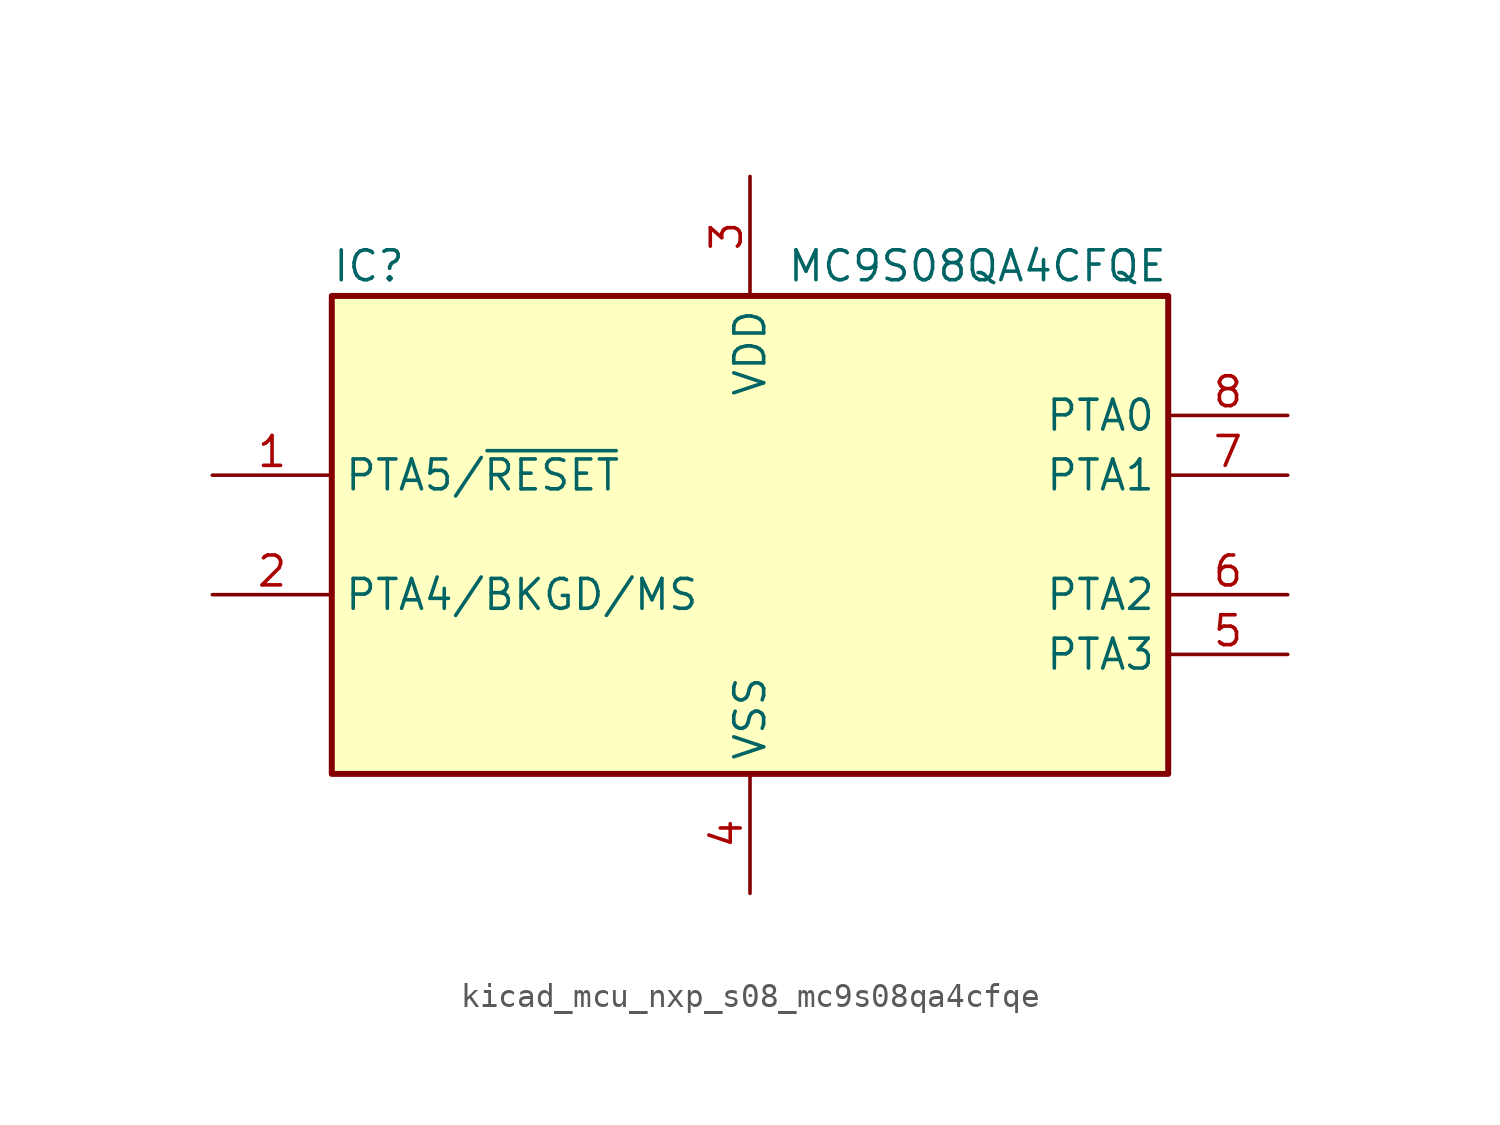
<source format=kicad_sym>
(kicad_symbol_lib
  (version 20220914)
  (generator kicad_symbol_editor)
  (symbol "kicad_mcu_nxp_s08_mc9s08qa4cfqe"
    (property "Reference" "IC"
      (at -17.78 11.43 0)
      (effects (font (size 1.27 1.27)) (justify left)))
    (property "Value" "MC9S08QA4CFQE"
      (at 17.78 11.43 0)
      (effects (font (size 1.27 1.27)) (justify right)))
    (symbol "kicad_mcu_nxp_s08_mc9s08qa4cfqe_0_1"
      (rectangle (start -17.78 10.16) (end 17.78 -10.16) (stroke (width 0.254) (type default)) (fill (type background))))
    (symbol "kicad_mcu_nxp_s08_mc9s08qa4cfqe_1_1"
      (pin bidirectional line (at -22.86 2.54 0) (length 5.08) (name "PTA5/~{RESET}" (effects (font (size 1.27 1.27)))) (number "1" (effects (font (size 1.27 1.27)))))
      (pin bidirectional line (at -22.86 -2.54 0) (length 5.08) (name "PTA4/BKGD/MS" (effects (font (size 1.27 1.27)))) (number "2" (effects (font (size 1.27 1.27)))))
      (pin power_in line (at 0 15.24 270) (length 5.08) (name "VDD" (effects (font (size 1.27 1.27)))) (number "3" (effects (font (size 1.27 1.27)))))
      (pin power_in line (at 0 -15.24 90) (length 5.08) (name "VSS" (effects (font (size 1.27 1.27)))) (number "4" (effects (font (size 1.27 1.27)))))
      (pin bidirectional line (at 22.86 -5.08 180) (length 5.08) (name "PTA3" (effects (font (size 1.27 1.27)))) (number "5" (effects (font (size 1.27 1.27)))))
      (pin bidirectional line (at 22.86 -2.54 180) (length 5.08) (name "PTA2" (effects (font (size 1.27 1.27)))) (number "6" (effects (font (size 1.27 1.27)))))
      (pin bidirectional line (at 22.86 2.54 180) (length 5.08) (name "PTA1" (effects (font (size 1.27 1.27)))) (number "7" (effects (font (size 1.27 1.27)))))
      (pin bidirectional line (at 22.86 5.08 180) (length 5.08) (name "PTA0" (effects (font (size 1.27 1.27)))) (number "8" (effects (font (size 1.27 1.27))))))))
</source>
